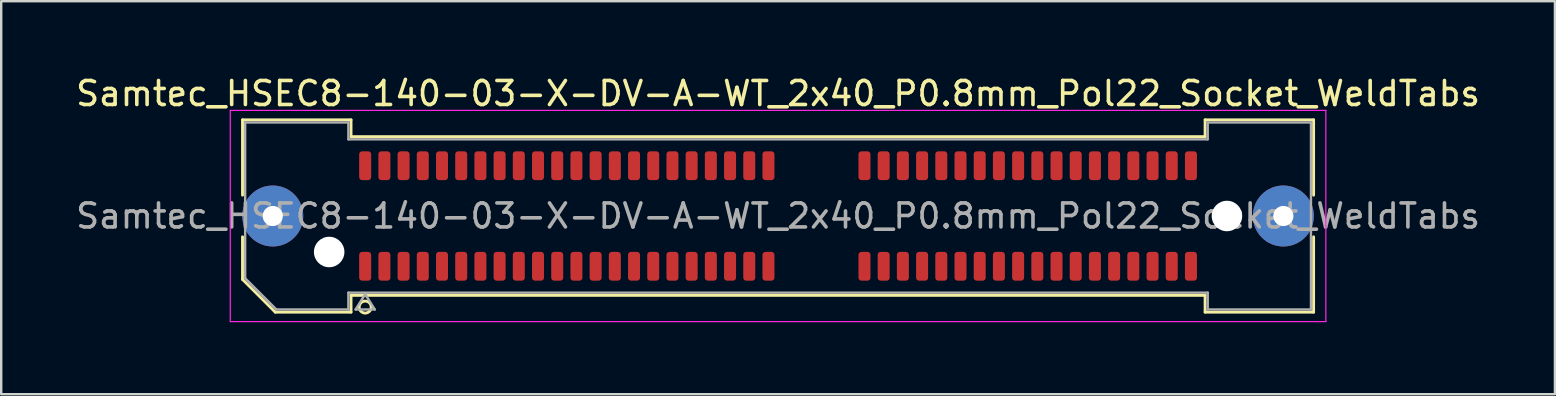
<source format=kicad_pcb>
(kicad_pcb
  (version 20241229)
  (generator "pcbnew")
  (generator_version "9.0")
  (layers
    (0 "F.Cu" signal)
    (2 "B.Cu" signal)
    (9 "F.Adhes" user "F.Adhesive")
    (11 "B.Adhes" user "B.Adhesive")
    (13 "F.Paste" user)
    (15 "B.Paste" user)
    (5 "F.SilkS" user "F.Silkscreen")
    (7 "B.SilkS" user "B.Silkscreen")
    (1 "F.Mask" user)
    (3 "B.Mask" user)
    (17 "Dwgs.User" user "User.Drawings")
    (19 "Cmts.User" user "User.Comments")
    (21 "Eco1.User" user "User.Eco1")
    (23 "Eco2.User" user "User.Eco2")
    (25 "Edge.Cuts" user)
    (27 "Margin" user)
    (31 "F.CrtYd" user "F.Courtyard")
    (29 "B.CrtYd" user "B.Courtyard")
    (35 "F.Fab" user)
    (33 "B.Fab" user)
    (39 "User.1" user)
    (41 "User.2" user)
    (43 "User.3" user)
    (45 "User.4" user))
  (footprint "Samtec_HSEC8-140-03-X-DV-A-WT_2x40_P0.8mm_Pol22_Socket_WeldTabs"
    (layer "F.Cu")
    (at 29.363 5.948)
    (property "Reference" "Samtec_HSEC8-140-03-X-DV-A-WT_2x40_P0.8mm_Pol22_Socket_WeldTabs" (at 0 -5.1 0) (layer "F.SilkS") (effects (font (size 1 1) (thickness 0.15))))
    (attr smd)
    (fp_line (start -22.31 -4.005) (end -17.79 -4.005) (stroke (width 0.12) (type solid)) (layer "F.SilkS"))
    (fp_line (start -22.31 -0.868) (end -22.31 -4.005) (stroke (width 0.12) (type solid)) (layer "F.SilkS"))
    (fp_line (start -22.31 2.641) (end -22.31 0.868) (stroke (width 0.12) (type solid)) (layer "F.SilkS"))
    (fp_line (start -20.946 4.005) (end -22.31 2.641) (stroke (width 0.12) (type solid)) (layer "F.SilkS"))
    (fp_line (start -17.79 -4.005) (end -17.79 -3.305) (stroke (width 0.12) (type solid)) (layer "F.SilkS"))
    (fp_line (start -17.79 -3.305) (end 17.79 -3.305) (stroke (width 0.12) (type solid)) (layer "F.SilkS"))
    (fp_line (start -17.79 3.305) (end -17.79 4.005) (stroke (width 0.12) (type solid)) (layer "F.SilkS"))
    (fp_line (start -17.79 4.005) (end -20.946 4.005) (stroke (width 0.12) (type solid)) (layer "F.SilkS"))
    (fp_line (start 17.79 -4.005) (end 22.31 -4.005) (stroke (width 0.12) (type solid)) (layer "F.SilkS"))
    (fp_line (start 17.79 -3.305) (end 17.79 -4.005) (stroke (width 0.12) (type solid)) (layer "F.SilkS"))
    (fp_line (start 17.79 3.305) (end -17.79 3.305) (stroke (width 0.12) (type solid)) (layer "F.SilkS"))
    (fp_line (start 17.79 4.005) (end 17.79 3.305) (stroke (width 0.12) (type solid)) (layer "F.SilkS"))
    (fp_line (start 22.31 -4.005) (end 22.31 -0.868) (stroke (width 0.12) (type solid)) (layer "F.SilkS"))
    (fp_line (start 22.31 0.868) (end 22.31 4.005) (stroke (width 0.12) (type solid)) (layer "F.SilkS"))
    (fp_line (start 22.31 4.005) (end 17.79 4.005) (stroke (width 0.12) (type solid)) (layer "F.SilkS"))
    (fp_arc (start -16.95 3.795) (mid -17.45 3.795) (end -16.95 3.795) (stroke (width 0.12) (type solid)) (layer "F.SilkS"))
    (fp_line (start -22.82 -4.4) (end -22.82 4.4) (stroke (width 0.05) (type solid)) (layer "F.CrtYd"))
    (fp_line (start -22.82 4.4) (end 22.82 4.4) (stroke (width 0.05) (type solid)) (layer "F.CrtYd"))
    (fp_line (start 22.82 -4.4) (end -22.82 -4.4) (stroke (width 0.05) (type solid)) (layer "F.CrtYd"))
    (fp_line (start 22.82 4.4) (end 22.82 -4.4) (stroke (width 0.05) (type solid)) (layer "F.CrtYd"))
    (fp_line (start -22.2 -3.895) (end -17.9 -3.895) (stroke (width 0.1) (type solid)) (layer "F.Fab"))
    (fp_line (start -22.2 2.595) (end -22.2 -3.895) (stroke (width 0.1) (type solid)) (layer "F.Fab"))
    (fp_line (start -20.9 3.895) (end -22.2 2.595) (stroke (width 0.1) (type solid)) (layer "F.Fab"))
    (fp_line (start -17.9 -3.895) (end -17.9 -3.195) (stroke (width 0.1) (type solid)) (layer "F.Fab"))
    (fp_line (start -17.9 -3.195) (end 17.9 -3.195) (stroke (width 0.1) (type solid)) (layer "F.Fab"))
    (fp_line (start -17.9 3.195) (end -17.9 3.895) (stroke (width 0.1) (type solid)) (layer "F.Fab"))
    (fp_line (start -17.9 3.895) (end -20.9 3.895) (stroke (width 0.1) (type solid)) (layer "F.Fab"))
    (fp_line (start -17.6 3.895) (end -17.2 3.255) (stroke (width 0.1) (type solid)) (layer "F.Fab"))
    (fp_line (start -17.2 3.255) (end -16.8 3.895) (stroke (width 0.1) (type solid)) (layer "F.Fab"))
    (fp_line (start -16.8 3.895) (end -17.6 3.895) (stroke (width 0.1) (type solid)) (layer "F.Fab"))
    (fp_line (start 17.9 -3.895) (end 22.2 -3.895) (stroke (width 0.1) (type solid)) (layer "F.Fab"))
    (fp_line (start 17.9 -3.195) (end 17.9 -3.895) (stroke (width 0.1) (type solid)) (layer "F.Fab"))
    (fp_line (start 17.9 3.195) (end -17.9 3.195) (stroke (width 0.1) (type solid)) (layer "F.Fab"))
    (fp_line (start 17.9 3.895) (end 17.9 3.195) (stroke (width 0.1) (type solid)) (layer "F.Fab"))
    (fp_line (start 22.2 -3.895) (end 22.2 3.895) (stroke (width 0.1) (type solid)) (layer "F.Fab"))
    (fp_line (start 22.2 3.895) (end 17.9 3.895) (stroke (width 0.1) (type solid)) (layer "F.Fab"))
    (fp_text user "${REFERENCE}" (at 0 0 0) (layer "F.Fab") (effects (font (size 1 1) (thickness 0.15))))
    (pad "" thru_hole circle (at -21.05 0) (size 2.54 2.54) (drill 0.84) (layers "*.Cu" "*.Mask" "F.Paste"))
    (pad "" np_thru_hole circle (at -18.7 1.5) (size 1.27 1.27) (drill 1.27) (layers "*.Cu" "*.Mask"))
    (pad "" np_thru_hole circle (at 18.7 0) (size 1.27 1.27) (drill 1.27) (layers "*.Cu" "*.Mask"))
    (pad "" thru_hole circle (at 21.05 0) (size 2.54 2.54) (drill 0.84) (layers "*.Cu" "*.Mask" "F.Paste"))
    (pad "1" smd roundrect (at -17.2 2.095) (size 0.5 1.2) (layers "F.Cu" "F.Mask" "F.Paste") (roundrect_rratio 0.25))
    (pad "2" smd roundrect (at -17.2 -2.095) (size 0.5 1.2) (layers "F.Cu" "F.Mask" "F.Paste") (roundrect_rratio 0.25))
    (pad "3" smd roundrect (at -16.4 2.095) (size 0.5 1.2) (layers "F.Cu" "F.Mask" "F.Paste") (roundrect_rratio 0.25))
    (pad "4" smd roundrect (at -16.4 -2.095) (size 0.5 1.2) (layers "F.Cu" "F.Mask" "F.Paste") (roundrect_rratio 0.25))
    (pad "5" smd roundrect (at -15.6 2.095) (size 0.5 1.2) (layers "F.Cu" "F.Mask" "F.Paste") (roundrect_rratio 0.25))
    (pad "6" smd roundrect (at -15.6 -2.095) (size 0.5 1.2) (layers "F.Cu" "F.Mask" "F.Paste") (roundrect_rratio 0.25))
    (pad "7" smd roundrect (at -14.8 2.095) (size 0.5 1.2) (layers "F.Cu" "F.Mask" "F.Paste") (roundrect_rratio 0.25))
    (pad "8" smd roundrect (at -14.8 -2.095) (size 0.5 1.2) (layers "F.Cu" "F.Mask" "F.Paste") (roundrect_rratio 0.25))
    (pad "9" smd roundrect (at -14 2.095) (size 0.5 1.2) (layers "F.Cu" "F.Mask" "F.Paste") (roundrect_rratio 0.25))
    (pad "10" smd roundrect (at -14 -2.095) (size 0.5 1.2) (layers "F.Cu" "F.Mask" "F.Paste") (roundrect_rratio 0.25))
    (pad "11" smd roundrect (at -13.2 2.095) (size 0.5 1.2) (layers "F.Cu" "F.Mask" "F.Paste") (roundrect_rratio 0.25))
    (pad "12" smd roundrect (at -13.2 -2.095) (size 0.5 1.2) (layers "F.Cu" "F.Mask" "F.Paste") (roundrect_rratio 0.25))
    (pad "13" smd roundrect (at -12.4 2.095) (size 0.5 1.2) (layers "F.Cu" "F.Mask" "F.Paste") (roundrect_rratio 0.25))
    (pad "14" smd roundrect (at -12.4 -2.095) (size 0.5 1.2) (layers "F.Cu" "F.Mask" "F.Paste") (roundrect_rratio 0.25))
    (pad "15" smd roundrect (at -11.6 2.095) (size 0.5 1.2) (layers "F.Cu" "F.Mask" "F.Paste") (roundrect_rratio 0.25))
    (pad "16" smd roundrect (at -11.6 -2.095) (size 0.5 1.2) (layers "F.Cu" "F.Mask" "F.Paste") (roundrect_rratio 0.25))
    (pad "17" smd roundrect (at -10.8 2.095) (size 0.5 1.2) (layers "F.Cu" "F.Mask" "F.Paste") (roundrect_rratio 0.25))
    (pad "18" smd roundrect (at -10.8 -2.095) (size 0.5 1.2) (layers "F.Cu" "F.Mask" "F.Paste") (roundrect_rratio 0.25))
    (pad "19" smd roundrect (at -10 2.095) (size 0.5 1.2) (layers "F.Cu" "F.Mask" "F.Paste") (roundrect_rratio 0.25))
    (pad "20" smd roundrect (at -10 -2.095) (size 0.5 1.2) (layers "F.Cu" "F.Mask" "F.Paste") (roundrect_rratio 0.25))
    (pad "21" smd roundrect (at -9.2 2.095) (size 0.5 1.2) (layers "F.Cu" "F.Mask" "F.Paste") (roundrect_rratio 0.25))
    (pad "22" smd roundrect (at -9.2 -2.095) (size 0.5 1.2) (layers "F.Cu" "F.Mask" "F.Paste") (roundrect_rratio 0.25))
    (pad "23" smd roundrect (at -8.4 2.095) (size 0.5 1.2) (layers "F.Cu" "F.Mask" "F.Paste") (roundrect_rratio 0.25))
    (pad "24" smd roundrect (at -8.4 -2.095) (size 0.5 1.2) (layers "F.Cu" "F.Mask" "F.Paste") (roundrect_rratio 0.25))
    (pad "25" smd roundrect (at -7.6 2.095) (size 0.5 1.2) (layers "F.Cu" "F.Mask" "F.Paste") (roundrect_rratio 0.25))
    (pad "26" smd roundrect (at -7.6 -2.095) (size 0.5 1.2) (layers "F.Cu" "F.Mask" "F.Paste") (roundrect_rratio 0.25))
    (pad "27" smd roundrect (at -6.8 2.095) (size 0.5 1.2) (layers "F.Cu" "F.Mask" "F.Paste") (roundrect_rratio 0.25))
    (pad "28" smd roundrect (at -6.8 -2.095) (size 0.5 1.2) (layers "F.Cu" "F.Mask" "F.Paste") (roundrect_rratio 0.25))
    (pad "29" smd roundrect (at -6 2.095) (size 0.5 1.2) (layers "F.Cu" "F.Mask" "F.Paste") (roundrect_rratio 0.25))
    (pad "30" smd roundrect (at -6 -2.095) (size 0.5 1.2) (layers "F.Cu" "F.Mask" "F.Paste") (roundrect_rratio 0.25))
    (pad "31" smd roundrect (at -5.2 2.095) (size 0.5 1.2) (layers "F.Cu" "F.Mask" "F.Paste") (roundrect_rratio 0.25))
    (pad "32" smd roundrect (at -5.2 -2.095) (size 0.5 1.2) (layers "F.Cu" "F.Mask" "F.Paste") (roundrect_rratio 0.25))
    (pad "33" smd roundrect (at -4.4 2.095) (size 0.5 1.2) (layers "F.Cu" "F.Mask" "F.Paste") (roundrect_rratio 0.25))
    (pad "34" smd roundrect (at -4.4 -2.095) (size 0.5 1.2) (layers "F.Cu" "F.Mask" "F.Paste") (roundrect_rratio 0.25))
    (pad "35" smd roundrect (at -3.6 2.095) (size 0.5 1.2) (layers "F.Cu" "F.Mask" "F.Paste") (roundrect_rratio 0.25))
    (pad "36" smd roundrect (at -3.6 -2.095) (size 0.5 1.2) (layers "F.Cu" "F.Mask" "F.Paste") (roundrect_rratio 0.25))
    (pad "37" smd roundrect (at -2.8 2.095) (size 0.5 1.2) (layers "F.Cu" "F.Mask" "F.Paste") (roundrect_rratio 0.25))
    (pad "38" smd roundrect (at -2.8 -2.095) (size 0.5 1.2) (layers "F.Cu" "F.Mask" "F.Paste") (roundrect_rratio 0.25))
    (pad "39" smd roundrect (at -2 2.095) (size 0.5 1.2) (layers "F.Cu" "F.Mask" "F.Paste") (roundrect_rratio 0.25))
    (pad "40" smd roundrect (at -2 -2.095) (size 0.5 1.2) (layers "F.Cu" "F.Mask" "F.Paste") (roundrect_rratio 0.25))
    (pad "41" smd roundrect (at -1.2 2.095) (size 0.5 1.2) (layers "F.Cu" "F.Mask" "F.Paste") (roundrect_rratio 0.25))
    (pad "42" smd roundrect (at -1.2 -2.095) (size 0.5 1.2) (layers "F.Cu" "F.Mask" "F.Paste") (roundrect_rratio 0.25))
    (pad "43" smd roundrect (at -0.4 2.095) (size 0.5 1.2) (layers "F.Cu" "F.Mask" "F.Paste") (roundrect_rratio 0.25))
    (pad "44" smd roundrect (at -0.4 -2.095) (size 0.5 1.2) (layers "F.Cu" "F.Mask" "F.Paste") (roundrect_rratio 0.25))
    (pad "45" smd roundrect (at 3.6 2.095) (size 0.5 1.2) (layers "F.Cu" "F.Mask" "F.Paste") (roundrect_rratio 0.25))
    (pad "46" smd roundrect (at 3.6 -2.095) (size 0.5 1.2) (layers "F.Cu" "F.Mask" "F.Paste") (roundrect_rratio 0.25))
    (pad "47" smd roundrect (at 4.4 2.095) (size 0.5 1.2) (layers "F.Cu" "F.Mask" "F.Paste") (roundrect_rratio 0.25))
    (pad "48" smd roundrect (at 4.4 -2.095) (size 0.5 1.2) (layers "F.Cu" "F.Mask" "F.Paste") (roundrect_rratio 0.25))
    (pad "49" smd roundrect (at 5.2 2.095) (size 0.5 1.2) (layers "F.Cu" "F.Mask" "F.Paste") (roundrect_rratio 0.25))
    (pad "50" smd roundrect (at 5.2 -2.095) (size 0.5 1.2) (layers "F.Cu" "F.Mask" "F.Paste") (roundrect_rratio 0.25))
    (pad "51" smd roundrect (at 6 2.095) (size 0.5 1.2) (layers "F.Cu" "F.Mask" "F.Paste") (roundrect_rratio 0.25))
    (pad "52" smd roundrect (at 6 -2.095) (size 0.5 1.2) (layers "F.Cu" "F.Mask" "F.Paste") (roundrect_rratio 0.25))
    (pad "53" smd roundrect (at 6.8 2.095) (size 0.5 1.2) (layers "F.Cu" "F.Mask" "F.Paste") (roundrect_rratio 0.25))
    (pad "54" smd roundrect (at 6.8 -2.095) (size 0.5 1.2) (layers "F.Cu" "F.Mask" "F.Paste") (roundrect_rratio 0.25))
    (pad "55" smd roundrect (at 7.6 2.095) (size 0.5 1.2) (layers "F.Cu" "F.Mask" "F.Paste") (roundrect_rratio 0.25))
    (pad "56" smd roundrect (at 7.6 -2.095) (size 0.5 1.2) (layers "F.Cu" "F.Mask" "F.Paste") (roundrect_rratio 0.25))
    (pad "57" smd roundrect (at 8.4 2.095) (size 0.5 1.2) (layers "F.Cu" "F.Mask" "F.Paste") (roundrect_rratio 0.25))
    (pad "58" smd roundrect (at 8.4 -2.095) (size 0.5 1.2) (layers "F.Cu" "F.Mask" "F.Paste") (roundrect_rratio 0.25))
    (pad "59" smd roundrect (at 9.2 2.095) (size 0.5 1.2) (layers "F.Cu" "F.Mask" "F.Paste") (roundrect_rratio 0.25))
    (pad "60" smd roundrect (at 9.2 -2.095) (size 0.5 1.2) (layers "F.Cu" "F.Mask" "F.Paste") (roundrect_rratio 0.25))
    (pad "61" smd roundrect (at 10 2.095) (size 0.5 1.2) (layers "F.Cu" "F.Mask" "F.Paste") (roundrect_rratio 0.25))
    (pad "62" smd roundrect (at 10 -2.095) (size 0.5 1.2) (layers "F.Cu" "F.Mask" "F.Paste") (roundrect_rratio 0.25))
    (pad "63" smd roundrect (at 10.8 2.095) (size 0.5 1.2) (layers "F.Cu" "F.Mask" "F.Paste") (roundrect_rratio 0.25))
    (pad "64" smd roundrect (at 10.8 -2.095) (size 0.5 1.2) (layers "F.Cu" "F.Mask" "F.Paste") (roundrect_rratio 0.25))
    (pad "65" smd roundrect (at 11.6 2.095) (size 0.5 1.2) (layers "F.Cu" "F.Mask" "F.Paste") (roundrect_rratio 0.25))
    (pad "66" smd roundrect (at 11.6 -2.095) (size 0.5 1.2) (layers "F.Cu" "F.Mask" "F.Paste") (roundrect_rratio 0.25))
    (pad "67" smd roundrect (at 12.4 2.095) (size 0.5 1.2) (layers "F.Cu" "F.Mask" "F.Paste") (roundrect_rratio 0.25))
    (pad "68" smd roundrect (at 12.4 -2.095) (size 0.5 1.2) (layers "F.Cu" "F.Mask" "F.Paste") (roundrect_rratio 0.25))
    (pad "69" smd roundrect (at 13.2 2.095) (size 0.5 1.2) (layers "F.Cu" "F.Mask" "F.Paste") (roundrect_rratio 0.25))
    (pad "70" smd roundrect (at 13.2 -2.095) (size 0.5 1.2) (layers "F.Cu" "F.Mask" "F.Paste") (roundrect_rratio 0.25))
    (pad "71" smd roundrect (at 14 2.095) (size 0.5 1.2) (layers "F.Cu" "F.Mask" "F.Paste") (roundrect_rratio 0.25))
    (pad "72" smd roundrect (at 14 -2.095) (size 0.5 1.2) (layers "F.Cu" "F.Mask" "F.Paste") (roundrect_rratio 0.25))
    (pad "73" smd roundrect (at 14.8 2.095) (size 0.5 1.2) (layers "F.Cu" "F.Mask" "F.Paste") (roundrect_rratio 0.25))
    (pad "74" smd roundrect (at 14.8 -2.095) (size 0.5 1.2) (layers "F.Cu" "F.Mask" "F.Paste") (roundrect_rratio 0.25))
    (pad "75" smd roundrect (at 15.6 2.095) (size 0.5 1.2) (layers "F.Cu" "F.Mask" "F.Paste") (roundrect_rratio 0.25))
    (pad "76" smd roundrect (at 15.6 -2.095) (size 0.5 1.2) (layers "F.Cu" "F.Mask" "F.Paste") (roundrect_rratio 0.25))
    (pad "77" smd roundrect (at 16.4 2.095) (size 0.5 1.2) (layers "F.Cu" "F.Mask" "F.Paste") (roundrect_rratio 0.25))
    (pad "78" smd roundrect (at 16.4 -2.095) (size 0.5 1.2) (layers "F.Cu" "F.Mask" "F.Paste") (roundrect_rratio 0.25))
    (pad "79" smd roundrect (at 17.2 2.095) (size 0.5 1.2) (layers "F.Cu" "F.Mask" "F.Paste") (roundrect_rratio 0.25))
    (pad "80" smd roundrect (at 17.2 -2.095) (size 0.5 1.2) (layers "F.Cu" "F.Mask" "F.Paste") (roundrect_rratio 0.25)))
  (gr_rect
    (start -3 -3)
    (end 61.726 13.373)
    (stroke (width 0.1) (type default))
    (fill no)
    (layer "Edge.Cuts")))
</source>
